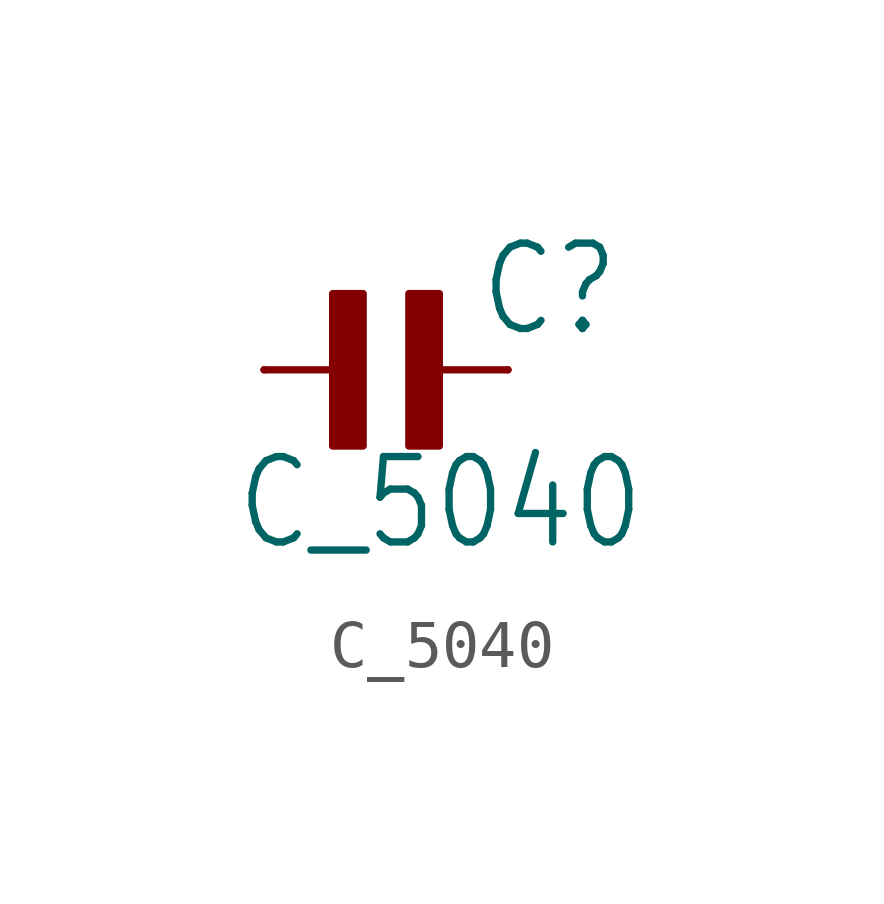
<source format=kicad_sym>
(kicad_symbol_lib
  (version 20211014)
  (generator kicad_symbol_editor)
  (symbol "C_5040"
    (property "Reference" "C"
      (at 1.905 0.635 0)
      (effects (font (size 1.778 1.511)) (justify left bottom)))
    (property "Value" "C_5040"
      (at -3.175 -3.81 0)
      (effects (font (size 1.778 1.511)) (justify left bottom)))
    (property "ki_locked" ""
      (at 0 0 0)
      (effects (font (size 1.27 1.27))))
    (symbol "C_5040_1_0"
      (rectangle (start -1.111 -1.587) (end -0.476 1.587) (stroke (width 0) (type default) (color 0 0 0 0)) (fill (type outline)))
      (polyline (pts (xy -2.54 0) (xy -0.635 0)) (stroke (width 0.152) (type default) (color 0 0 0 0)) (fill (type none)))
      (polyline (pts (xy 2.54 0) (xy 0.635 0)) (stroke (width 0.152) (type default) (color 0 0 0 0)) (fill (type none)))
      (rectangle (start 0.476 -1.587) (end 1.111 1.587) (stroke (width 0) (type default) (color 0 0 0 0)) (fill (type outline)))
      (pin passive line (at -2.54 0 0) (length 0) (name "1" (effects (font (size 0 0)))) (number "1" (effects (font (size 0 0)))))
      (pin passive line (at 2.54 0 180) (length 0) (name "2" (effects (font (size 0 0)))) (number "2" (effects (font (size 0 0))))))))
</source>
